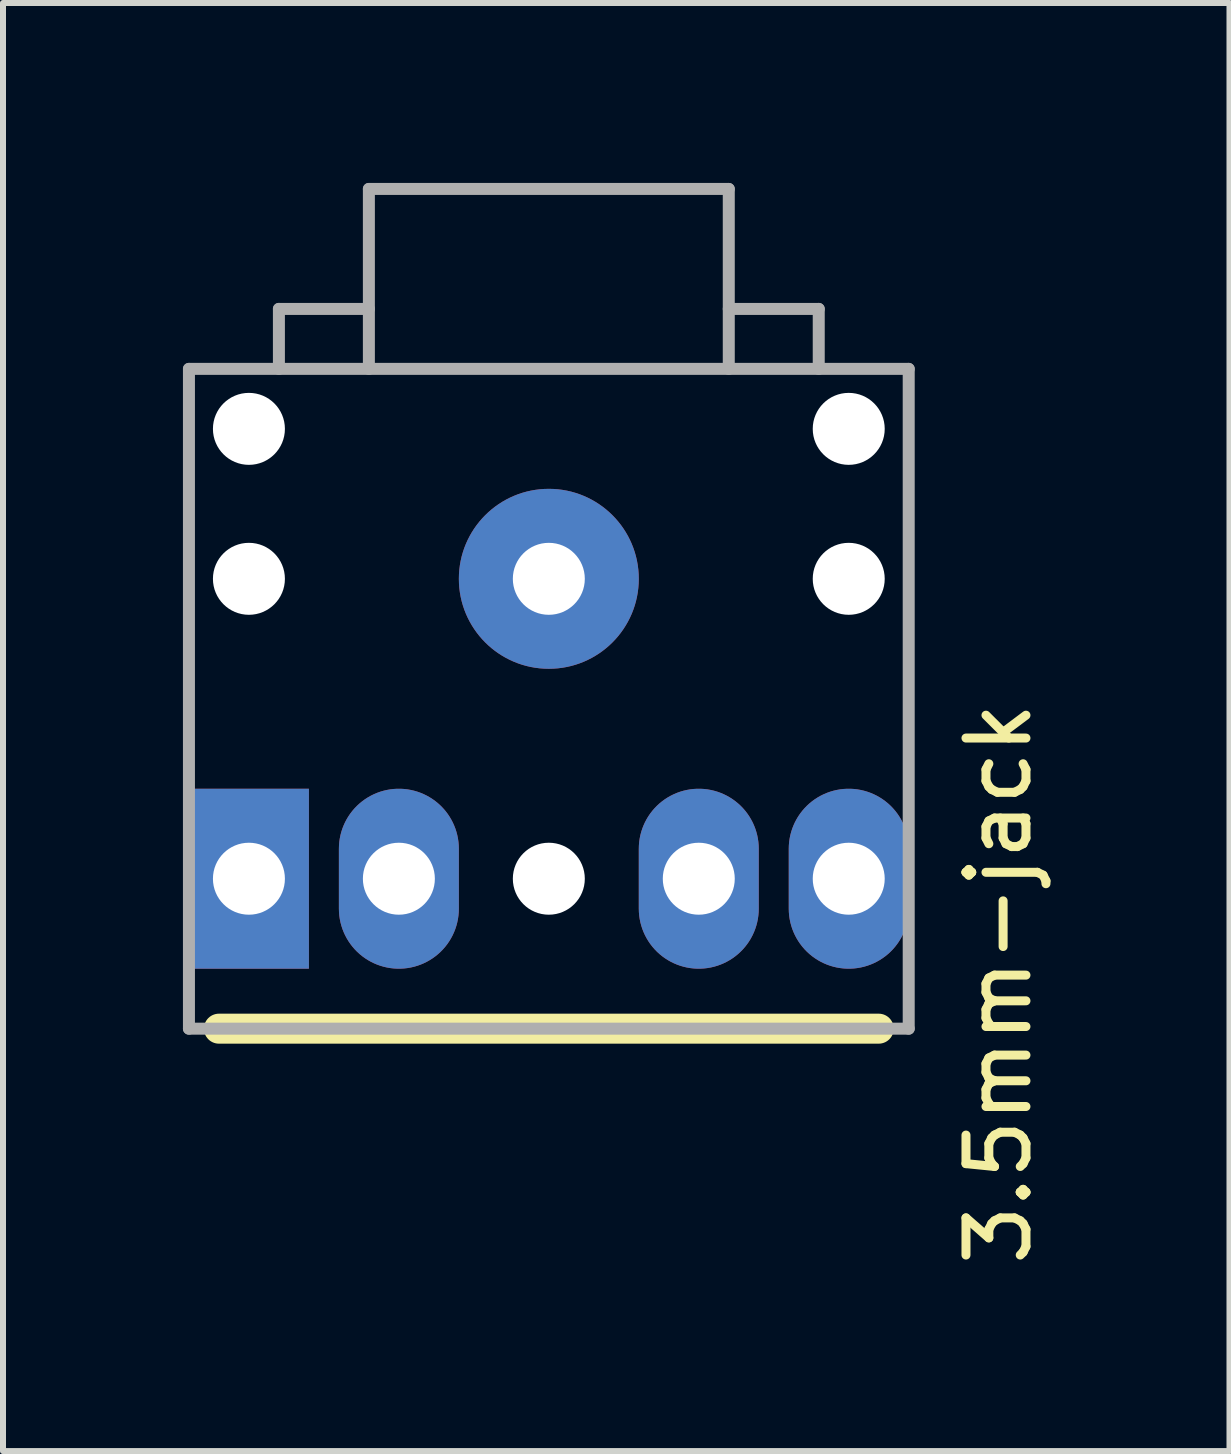
<source format=kicad_pcb>
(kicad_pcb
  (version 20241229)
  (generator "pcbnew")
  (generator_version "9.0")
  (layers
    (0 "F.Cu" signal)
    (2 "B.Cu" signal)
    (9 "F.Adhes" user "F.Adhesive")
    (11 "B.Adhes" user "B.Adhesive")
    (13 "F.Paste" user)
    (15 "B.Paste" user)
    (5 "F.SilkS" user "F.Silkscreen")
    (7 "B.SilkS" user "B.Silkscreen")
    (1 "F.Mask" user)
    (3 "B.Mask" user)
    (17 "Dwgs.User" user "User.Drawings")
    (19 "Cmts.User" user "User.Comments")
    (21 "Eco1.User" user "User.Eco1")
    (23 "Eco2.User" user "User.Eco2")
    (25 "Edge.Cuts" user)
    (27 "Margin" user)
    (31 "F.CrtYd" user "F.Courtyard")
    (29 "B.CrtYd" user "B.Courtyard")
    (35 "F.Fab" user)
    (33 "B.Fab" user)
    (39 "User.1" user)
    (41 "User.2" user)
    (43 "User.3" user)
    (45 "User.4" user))
  (footprint "3.5mm-jack"
    (layer "F.Cu")
    (at 6.1 6.6)
    (property "Reference" "3.5mm-jack" (at 7.5 6.75 90) (layer "F.SilkS") (effects (font (size 1 1) (thickness 0.15))))
    (attr through_hole)
    (fp_line (start -5.5 7.5) (end 5.5 7.5) (stroke (width 0.5) (type solid)) (layer "F.SilkS"))
    (fp_line (start -6 -3.5) (end -6 7.5) (stroke (width 0.2) (type solid)) (layer "F.Fab"))
    (fp_line (start -4.5 -4.5) (end -3 -4.5) (stroke (width 0.2) (type solid)) (layer "F.Fab"))
    (fp_line (start -4.5 -3.5) (end -4.5 -4.5) (stroke (width 0.2) (type solid)) (layer "F.Fab"))
    (fp_line (start -3 -6.5) (end 3 -6.5) (stroke (width 0.2) (type solid)) (layer "F.Fab"))
    (fp_line (start -3 -3.5) (end -3 -6.5) (stroke (width 0.2) (type solid)) (layer "F.Fab"))
    (fp_line (start 3 -6.5) (end 3 -3.5) (stroke (width 0.2) (type solid)) (layer "F.Fab"))
    (fp_line (start 3 -4.5) (end 4.5 -4.5) (stroke (width 0.2) (type solid)) (layer "F.Fab"))
    (fp_line (start 4.5 -4.5) (end 4.5 -3.5) (stroke (width 0.2) (type solid)) (layer "F.Fab"))
    (fp_line (start 6 -3.5) (end -6 -3.5) (stroke (width 0.2) (type solid)) (layer "F.Fab"))
    (fp_line (start 6 7.5) (end -6 7.5) (stroke (width 0.2) (type solid)) (layer "F.Fab"))
    (fp_line (start 6 7.5) (end 6 -3.5) (stroke (width 0.2) (type solid)) (layer "F.Fab"))
    (pad "" np_thru_hole circle (at -5 -2.5) (size 1.2 1.2) (drill 1.2) (layers "*.Cu" "*.Mask"))
    (pad "" np_thru_hole circle (at -5 0) (size 1.2 1.2) (drill 1.2) (layers "*.Cu" "*.Mask"))
    (pad "" np_thru_hole circle (at 0 5) (size 1.2 1.2) (drill 1.2) (layers "*.Cu" "*.Mask"))
    (pad "" np_thru_hole circle (at 5 -2.5) (size 1.2 1.2) (drill 1.2) (layers "*.Cu" "*.Mask"))
    (pad "" np_thru_hole circle (at 5 0) (size 1.2 1.2) (drill 1.2) (layers "*.Cu" "*.Mask"))
    (pad "1" thru_hole oval (at 5 5) (size 2 3) (drill 1.2) (layers "*.Cu" "*.Mask"))
    (pad "2" thru_hole rect (at -5 5) (size 2 3) (drill 1.2) (layers "*.Cu" "*.Mask"))
    (pad "3" thru_hole oval (at 0 0) (size 3 3) (drill 1.2) (layers "*.Cu" "*.Mask"))
    (pad "4" thru_hole oval (at 2.5 5) (size 2 3) (drill 1.2) (layers "*.Cu" "*.Mask"))
    (pad "5" thru_hole oval (at -2.5 5) (size 2 3) (drill 1.2) (layers "*.Cu" "*.Mask")))
  (gr_rect
    (start -3 -3)
    (end 17.448 21.142)
    (stroke (width 0.1) (type default))
    (fill no)
    (layer "Edge.Cuts")))
</source>
